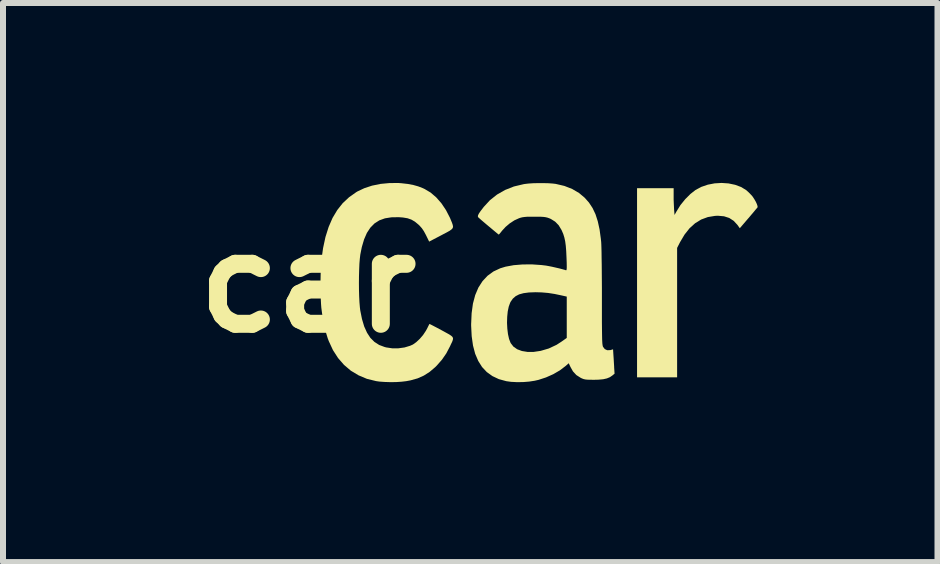
<source format=kicad_pcb>
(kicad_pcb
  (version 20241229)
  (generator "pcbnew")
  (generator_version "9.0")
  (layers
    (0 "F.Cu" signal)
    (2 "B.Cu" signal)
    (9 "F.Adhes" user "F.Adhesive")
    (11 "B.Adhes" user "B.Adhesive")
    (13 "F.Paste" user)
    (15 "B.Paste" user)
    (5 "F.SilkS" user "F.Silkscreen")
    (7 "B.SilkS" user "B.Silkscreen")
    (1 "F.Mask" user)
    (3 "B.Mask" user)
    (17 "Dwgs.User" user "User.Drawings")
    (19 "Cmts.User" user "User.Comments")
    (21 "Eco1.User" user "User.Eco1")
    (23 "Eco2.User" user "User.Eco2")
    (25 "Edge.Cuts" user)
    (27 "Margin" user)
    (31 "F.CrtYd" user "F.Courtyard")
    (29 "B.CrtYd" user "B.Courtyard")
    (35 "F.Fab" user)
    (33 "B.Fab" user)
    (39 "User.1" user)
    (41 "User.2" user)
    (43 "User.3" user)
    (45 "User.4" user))
  (footprint "car"
    (layer "F.Cu")
    (at 4.444 1.612)
    (property "Reference" "car" (at -2.359 0.058 0) (layer "F.SilkS") (effects (font (size 1.5 1.5) (thickness 0.3))))
    (attr board_only exclude_from_pos_files exclude_from_bom)
    (fp_poly (pts (xy 4.652 -1.604) (xy 4.762 -1.581) (xy 4.862 -1.544) (xy 4.947 -1.492) (xy 4.988 -1.455) (xy 5.029 -1.413) (xy 5.052 -1.387) (xy 5.08 -1.345) (xy 5.106 -1.3) (xy 5.125 -1.259) (xy 5.136 -1.225) (xy 5.136 -1.205) (xy 5.136 -1.205) (xy 5.126 -1.193) (xy 5.103 -1.166) (xy 5.071 -1.127) (xy 5.03 -1.079) (xy 4.985 -1.025) (xy 4.984 -1.025) (xy 4.84 -0.857) (xy 4.8 -0.913) (xy 4.738 -0.98) (xy 4.664 -1.028) (xy 4.577 -1.056) (xy 4.476 -1.065) (xy 4.428 -1.063) (xy 4.307 -1.043) (xy 4.196 -1.002) (xy 4.095 -0.94) (xy 4.002 -0.856) (xy 3.919 -0.751) (xy 3.844 -0.625) (xy 3.838 -0.613) (xy 3.795 -0.529) (xy 3.795 0.55) (xy 3.795 1.629) (xy 3.461 1.629) (xy 3.127 1.629) (xy 3.127 0.052) (xy 3.127 -1.524) (xy 3.432 -1.524) (xy 3.737 -1.524) (xy 3.737 -1.398) (xy 3.737 -1.333) (xy 3.74 -1.262) (xy 3.743 -1.199) (xy 3.744 -1.175) (xy 3.752 -1.078) (xy 3.783 -1.134) (xy 3.85 -1.242) (xy 3.93 -1.341) (xy 4.017 -1.428) (xy 4.101 -1.494) (xy 4.198 -1.546) (xy 4.306 -1.583) (xy 4.42 -1.605) (xy 4.537 -1.612)) (stroke (width 0) (type solid)) (fill yes) (layer "F.SilkS"))
    (fp_poly (pts (xy -0.8 -1.607) (xy -0.694 -1.595) (xy -0.604 -1.578) (xy -0.522 -1.555) (xy -0.442 -1.524) (xy -0.413 -1.51) (xy -0.314 -1.451) (xy -0.221 -1.371) (xy -0.135 -1.273) (xy -0.058 -1.158) (xy 0.008 -1.03) (xy 0.022 -0.996) (xy 0.042 -0.948) (xy 0.054 -0.912) (xy 0.059 -0.884) (xy 0.054 -0.86) (xy 0.036 -0.839) (xy 0.005 -0.816) (xy -0.043 -0.789) (xy -0.108 -0.755) (xy -0.138 -0.739) (xy -0.339 -0.634) (xy -0.393 -0.744) (xy -0.427 -0.807) (xy -0.46 -0.856) (xy -0.498 -0.899) (xy -0.518 -0.918) (xy -0.576 -0.966) (xy -0.634 -1) (xy -0.699 -1.023) (xy -0.777 -1.036) (xy -0.847 -1.041) (xy -0.969 -1.039) (xy -1.076 -1.022) (xy -1.17 -0.988) (xy -1.25 -0.937) (xy -1.319 -0.867) (xy -1.377 -0.779) (xy -1.424 -0.671) (xy -1.462 -0.542) (xy -1.487 -0.417) (xy -1.495 -0.349) (xy -1.502 -0.263) (xy -1.506 -0.163) (xy -1.509 -0.054) (xy -1.51 0.059) (xy -1.509 0.172) (xy -1.506 0.28) (xy -1.501 0.378) (xy -1.494 0.462) (xy -1.488 0.512) (xy -1.459 0.657) (xy -1.422 0.781) (xy -1.375 0.885) (xy -1.319 0.971) (xy -1.252 1.038) (xy -1.173 1.089) (xy -1.082 1.123) (xy -1.056 1.13) (xy -0.956 1.145) (xy -0.852 1.145) (xy -0.75 1.131) (xy -0.657 1.103) (xy -0.61 1.082) (xy -0.555 1.043) (xy -0.496 0.988) (xy -0.441 0.924) (xy -0.395 0.855) (xy -0.377 0.823) (xy -0.358 0.785) (xy -0.343 0.755) (xy -0.335 0.74) (xy -0.335 0.739) (xy -0.324 0.743) (xy -0.296 0.757) (xy -0.254 0.779) (xy -0.2 0.807) (xy -0.139 0.84) (xy -0.131 0.844) (xy -0.06 0.883) (xy -0.007 0.912) (xy 0.029 0.936) (xy 0.051 0.957) (xy 0.059 0.978) (xy 0.056 1.004) (xy 0.044 1.037) (xy 0.023 1.08) (xy 0.009 1.111) (xy -0.054 1.231) (xy -0.126 1.335) (xy -0.21 1.431) (xy -0.239 1.46) (xy -0.332 1.539) (xy -0.428 1.6) (xy -0.531 1.646) (xy -0.648 1.679) (xy -0.723 1.693) (xy -0.8 1.702) (xy -0.89 1.708) (xy -0.987 1.709) (xy -1.081 1.706) (xy -1.167 1.7) (xy -1.223 1.692) (xy -1.377 1.654) (xy -1.517 1.595) (xy -1.645 1.518) (xy -1.759 1.421) (xy -1.858 1.307) (xy -1.943 1.175) (xy -2.012 1.026) (xy -2.03 0.979) (xy -2.056 0.894) (xy -2.081 0.792) (xy -2.104 0.68) (xy -2.124 0.566) (xy -2.137 0.468) (xy -2.142 0.401) (xy -2.146 0.316) (xy -2.149 0.219) (xy -2.15 0.114) (xy -2.15 0.007) (xy -2.148 -0.097) (xy -2.145 -0.193) (xy -2.141 -0.274) (xy -2.137 -0.317) (xy -2.108 -0.524) (xy -2.068 -0.71) (xy -2.015 -0.878) (xy -1.95 -1.028) (xy -1.871 -1.16) (xy -1.78 -1.275) (xy -1.674 -1.374) (xy -1.555 -1.458) (xy -1.535 -1.47) (xy -1.421 -1.524) (xy -1.291 -1.567) (xy -1.149 -1.596) (xy -1.001 -1.61) (xy -0.851 -1.611)) (stroke (width 0) (type solid)) (fill yes) (layer "F.SilkS"))
    (fp_poly (pts (xy 1.566 -1.609) (xy 1.649 -1.607) (xy 1.721 -1.602) (xy 1.771 -1.596) (xy 1.916 -1.562) (xy 2.046 -1.511) (xy 2.16 -1.444) (xy 2.253 -1.366) (xy 2.325 -1.285) (xy 2.385 -1.194) (xy 2.434 -1.091) (xy 2.472 -0.973) (xy 2.502 -0.837) (xy 2.523 -0.683) (xy 2.529 -0.628) (xy 2.531 -0.59) (xy 2.533 -0.532) (xy 2.535 -0.454) (xy 2.536 -0.36) (xy 2.538 -0.251) (xy 2.539 -0.131) (xy 2.54 0) (xy 2.541 0.138) (xy 2.541 0.282) (xy 2.541 0.296) (xy 2.541 0.453) (xy 2.541 0.588) (xy 2.541 0.704) (xy 2.542 0.8) (xy 2.543 0.88) (xy 2.544 0.945) (xy 2.545 0.997) (xy 2.547 1.037) (xy 2.549 1.068) (xy 2.552 1.09) (xy 2.555 1.106) (xy 2.558 1.117) (xy 2.559 1.119) (xy 2.589 1.158) (xy 2.63 1.177) (xy 2.68 1.175) (xy 2.685 1.174) (xy 2.727 1.162) (xy 2.733 1.258) (xy 2.737 1.317) (xy 2.741 1.386) (xy 2.745 1.452) (xy 2.745 1.461) (xy 2.752 1.568) (xy 2.717 1.597) (xy 2.675 1.626) (xy 2.624 1.647) (xy 2.562 1.661) (xy 2.485 1.668) (xy 2.406 1.67) (xy 2.342 1.669) (xy 2.297 1.668) (xy 2.263 1.664) (xy 2.236 1.658) (xy 2.21 1.648) (xy 2.187 1.637) (xy 2.115 1.591) (xy 2.058 1.529) (xy 2.017 1.456) (xy 1.988 1.394) (xy 1.933 1.442) (xy 1.841 1.512) (xy 1.731 1.576) (xy 1.61 1.63) (xy 1.485 1.671) (xy 1.419 1.686) (xy 1.328 1.7) (xy 1.227 1.708) (xy 1.123 1.709) (xy 1.026 1.704) (xy 0.947 1.693) (xy 0.823 1.659) (xy 0.715 1.608) (xy 0.622 1.541) (xy 0.543 1.457) (xy 0.479 1.355) (xy 0.428 1.236) (xy 0.392 1.099) (xy 0.37 0.943) (xy 0.361 0.768) (xy 0.361 0.738) (xy 0.362 0.719) (xy 0.959 0.719) (xy 0.964 0.816) (xy 0.975 0.908) (xy 0.993 0.989) (xy 1.018 1.053) (xy 1.021 1.059) (xy 1.066 1.117) (xy 1.129 1.161) (xy 1.207 1.19) (xy 1.299 1.205) (xy 1.403 1.205) (xy 1.518 1.188) (xy 1.519 1.188) (xy 1.655 1.148) (xy 1.785 1.087) (xy 1.864 1.036) (xy 1.955 0.972) (xy 1.955 0.627) (xy 1.955 0.283) (xy 1.876 0.265) (xy 1.753 0.239) (xy 1.643 0.222) (xy 1.537 0.213) (xy 1.435 0.21) (xy 1.324 0.214) (xy 1.234 0.226) (xy 1.161 0.246) (xy 1.103 0.276) (xy 1.056 0.317) (xy 1.019 0.37) (xy 1.012 0.384) (xy 0.988 0.449) (xy 0.971 0.53) (xy 0.962 0.621) (xy 0.959 0.719) (xy 0.362 0.719) (xy 0.369 0.56) (xy 0.391 0.399) (xy 0.429 0.257) (xy 0.482 0.132) (xy 0.551 0.025) (xy 0.634 -0.064) (xy 0.733 -0.136) (xy 0.846 -0.189) (xy 0.935 -0.216) (xy 1.071 -0.241) (xy 1.22 -0.253) (xy 1.377 -0.254) (xy 1.535 -0.243) (xy 1.609 -0.234) (xy 1.653 -0.226) (xy 1.709 -0.215) (xy 1.77 -0.201) (xy 1.831 -0.187) (xy 1.884 -0.173) (xy 1.924 -0.162) (xy 1.938 -0.157) (xy 1.945 -0.156) (xy 1.95 -0.16) (xy 1.953 -0.172) (xy 1.955 -0.196) (xy 1.955 -0.234) (xy 1.954 -0.29) (xy 1.951 -0.365) (xy 1.946 -0.474) (xy 1.939 -0.563) (xy 1.929 -0.638) (xy 1.915 -0.702) (xy 1.897 -0.76) (xy 1.873 -0.816) (xy 1.867 -0.829) (xy 1.819 -0.908) (xy 1.761 -0.967) (xy 1.689 -1.012) (xy 1.663 -1.023) (xy 1.635 -1.033) (xy 1.607 -1.04) (xy 1.574 -1.045) (xy 1.531 -1.048) (xy 1.474 -1.049) (xy 1.416 -1.049) (xy 1.343 -1.049) (xy 1.288 -1.048) (xy 1.246 -1.044) (xy 1.212 -1.039) (xy 1.181 -1.031) (xy 1.158 -1.023) (xy 1.083 -0.989) (xy 1.006 -0.939) (xy 0.935 -0.879) (xy 0.877 -0.816) (xy 0.851 -0.783) (xy 0.831 -0.76) (xy 0.821 -0.751) (xy 0.821 -0.751) (xy 0.811 -0.758) (xy 0.787 -0.778) (xy 0.752 -0.807) (xy 0.709 -0.843) (xy 0.661 -0.883) (xy 0.612 -0.924) (xy 0.566 -0.963) (xy 0.525 -0.998) (xy 0.494 -1.026) (xy 0.48 -1.038) (xy 0.473 -1.052) (xy 0.476 -1.073) (xy 0.491 -1.103) (xy 0.519 -1.144) (xy 0.562 -1.2) (xy 0.571 -1.212) (xy 0.675 -1.325) (xy 0.794 -1.419) (xy 0.927 -1.495) (xy 1.074 -1.553) (xy 1.234 -1.591) (xy 1.257 -1.595) (xy 1.318 -1.602) (xy 1.394 -1.607) (xy 1.479 -1.609)) (stroke (width 0) (type solid)) (fill yes) (layer "F.SilkS")))
  (gr_rect
    (start -3 -3)
    (end 12.58 6.321)
    (stroke (width 0.1) (type default))
    (fill no)
    (layer "Edge.Cuts")))
</source>
